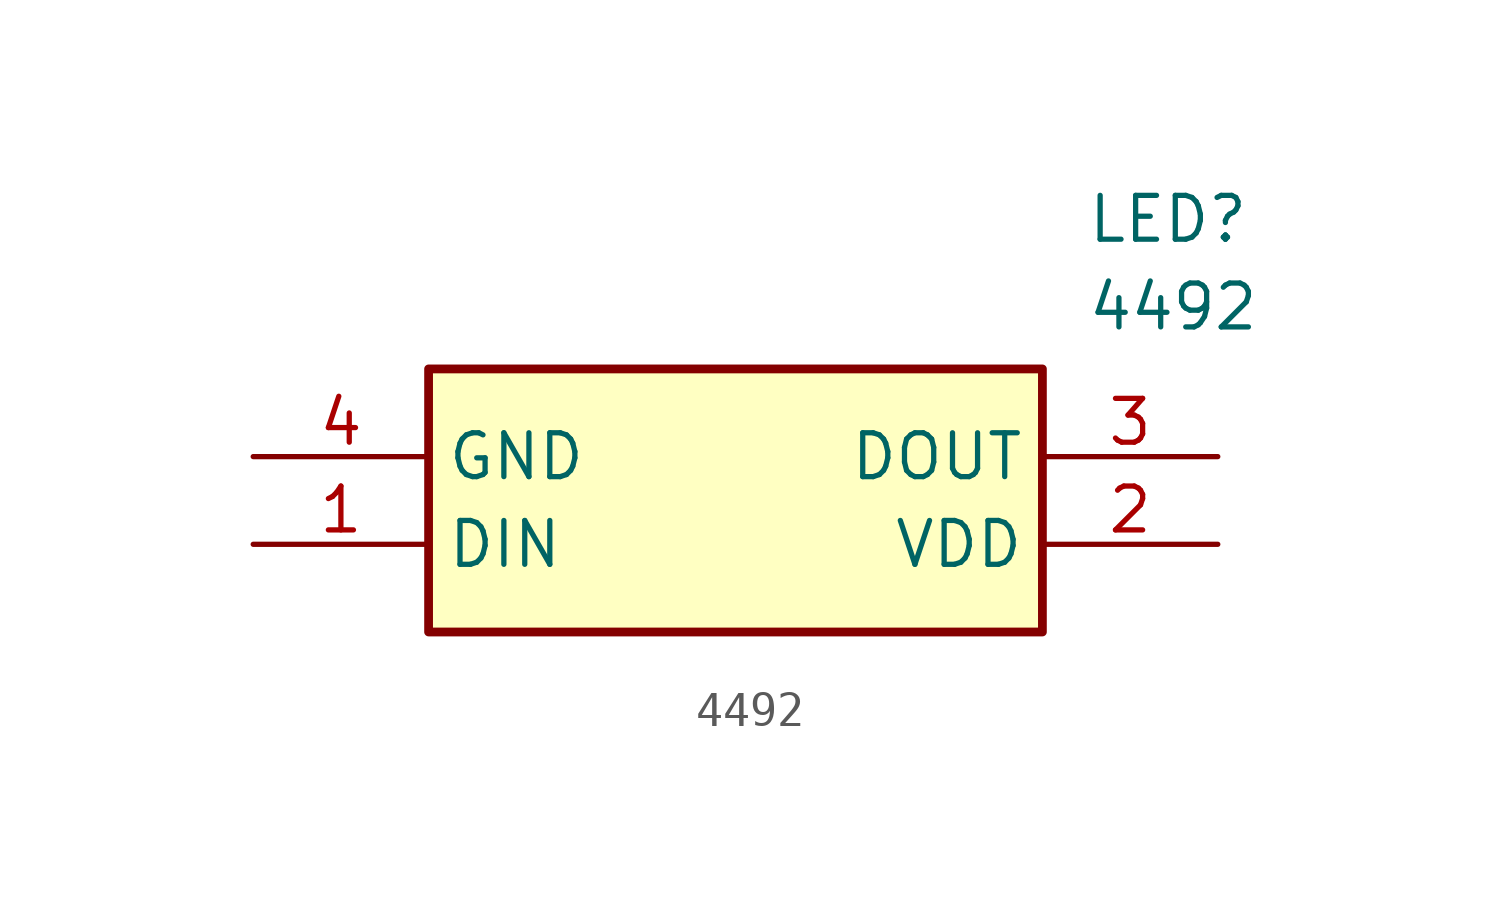
<source format=kicad_sym>
(kicad_symbol_lib
  (version 20211014)
  (generator SamacSys_ECAD_Model)
  (symbol "4492"
    (property "Reference" "LED"
      (at 24.13 7.62 0)
      (effects (font (size 1.27 1.27)) (justify left top)))
    (property "Value" "4492"
      (at 24.13 5.08 0)
      (effects (font (size 1.27 1.27)) (justify left top)))
    (rectangle
      (start 5.08 2.54)
      (end 22.86 -5.08)
      (stroke (width 0.254) (type default))
      (fill (type background)))
    (pin passive line
      (at 0 -2.54 0)
      (length 5.08)
      (name "DIN" (effects (font (size 1.27 1.27))))
      (number "1" (effects (font (size 1.27 1.27)))))
    (pin passive line
      (at 27.94 -2.54 180)
      (length 5.08)
      (name "VDD" (effects (font (size 1.27 1.27))))
      (number "2" (effects (font (size 1.27 1.27)))))
    (pin passive line
      (at 27.94 0 180)
      (length 5.08)
      (name "DOUT" (effects (font (size 1.27 1.27))))
      (number "3" (effects (font (size 1.27 1.27)))))
    (pin passive line
      (at 0 0 0)
      (length 5.08)
      (name "GND" (effects (font (size 1.27 1.27))))
      (number "4" (effects (font (size 1.27 1.27)))))))
</source>
